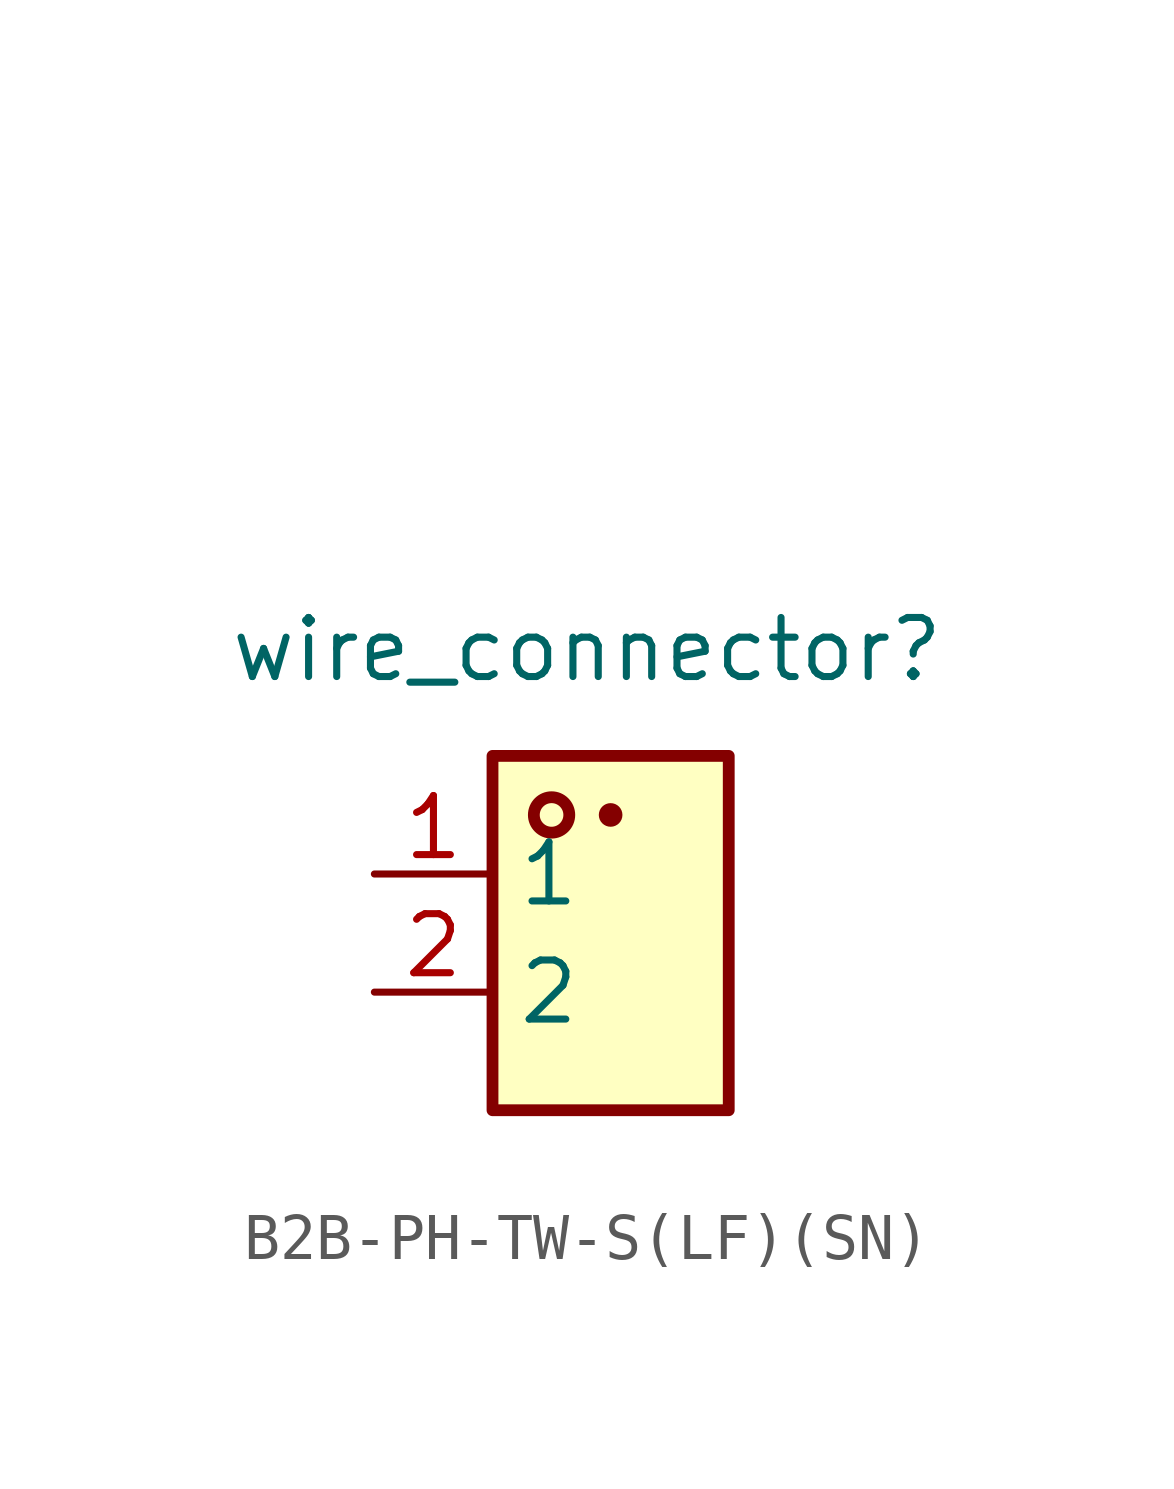
<source format=kicad_sym>
(kicad_symbol_lib
  (version 20231120)
  (generator "kicad_symbol_editor")
  (generator_version "8.0")
  (symbol "B2B-PH-TW-S(LF)(SN)"
    (property "Reference" "wire_connector"
      (at -0.508 3.556 0)
      (effects (font (size 1.27 1.27))))
    (property "Value" ""
      (at -1.27 11.43 0)
      (effects (font (size 1.27 1.27))))
    (symbol "B2B-PH-TW-S(LF)(SN)_1_1"
      (rectangle (start -2.54 1.27) (end 2.54 -6.35) (stroke (width 0.254) (type default)) (fill (type background)))
      (circle (center -1.27 0) (radius 0.381) (stroke (width 0.254) (type default)) (fill (type background)))
      (circle (center 0 0) (radius 0.0001) (stroke (width 0.254) (type default)) (fill (type background)))
      (pin power_out line (at -5.08 -1.27 0) (length 2.54) (name "1" (effects (font (size 1.27 1.27)))) (number "1" (effects (font (size 1.27 1.27)))))
      (pin power_out line (at -5.08 -3.81 0) (length 2.54) (name "2" (effects (font (size 1.27 1.27)))) (number "2" (effects (font (size 1.27 1.27))))))))
</source>
